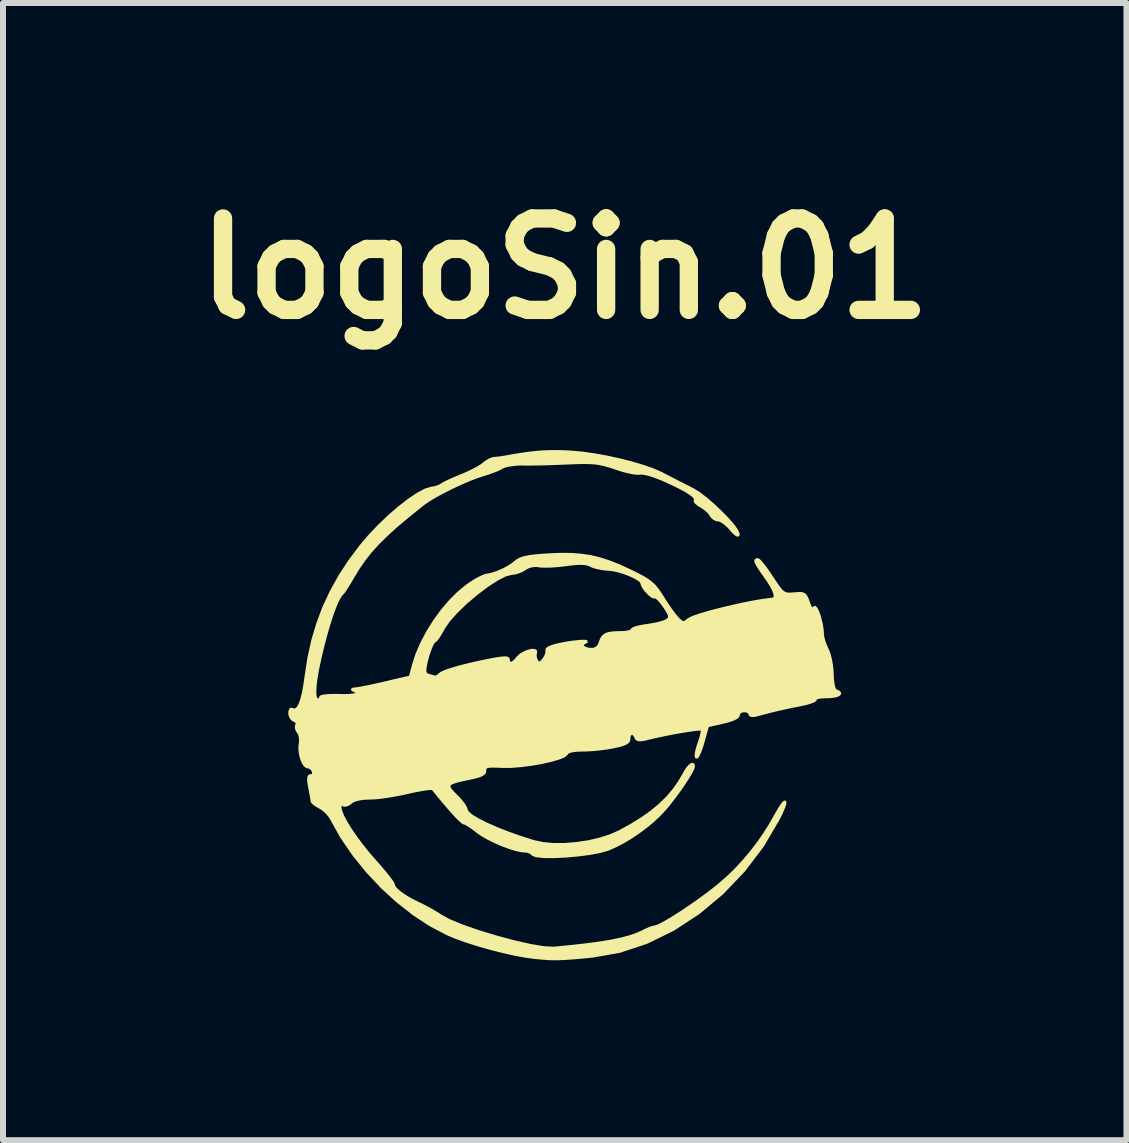
<source format=kicad_pcb>
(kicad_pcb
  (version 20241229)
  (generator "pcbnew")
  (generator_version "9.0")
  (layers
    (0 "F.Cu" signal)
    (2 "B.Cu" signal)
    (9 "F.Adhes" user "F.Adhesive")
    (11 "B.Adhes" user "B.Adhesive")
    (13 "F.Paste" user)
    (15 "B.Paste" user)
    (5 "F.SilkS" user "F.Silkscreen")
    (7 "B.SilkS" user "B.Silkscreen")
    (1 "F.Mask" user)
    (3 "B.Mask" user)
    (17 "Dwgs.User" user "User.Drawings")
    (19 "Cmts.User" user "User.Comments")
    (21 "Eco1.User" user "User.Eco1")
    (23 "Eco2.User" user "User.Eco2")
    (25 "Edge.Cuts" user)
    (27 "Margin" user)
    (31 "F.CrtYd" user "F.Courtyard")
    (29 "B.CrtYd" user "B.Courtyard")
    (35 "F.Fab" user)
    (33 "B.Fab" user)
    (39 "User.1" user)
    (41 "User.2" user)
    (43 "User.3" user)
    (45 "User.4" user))
  (footprint "logoSin.01"
    (layer "F.Cu")
    (at 6.365 8.706)
    (property "Reference" "logoSin.01" (at 0 -7.279 0) (layer "F.SilkS") (effects (font (size 1.524 1.524) (thickness 0.305))))
    (attr smd)
    (fp_poly (pts (xy -0.494 4.209) (xy -0.654 4.188) (xy -0.838 4.154) (xy -1.036 4.109) (xy -1.241 4.057) (xy -1.444 3.999) (xy -1.637 3.938) (xy -1.811 3.876) (xy -1.958 3.814) (xy -2.24 3.666) (xy -2.521 3.482) (xy -2.795 3.267) (xy -3.057 3.026) (xy -3.302 2.764) (xy -3.525 2.487) (xy -3.722 2.199) (xy -3.886 1.905) (xy -2.195 -1.037) (xy -2.217 -0.996) (xy -2.239 -0.943) (xy -2.261 -0.881) (xy -2.283 -0.813) (xy -2.302 -0.741) (xy -2.318 -0.668) (xy -2.325 -0.627) (xy -2.329 -0.594) (xy -2.329 -0.567) (xy -2.325 -0.545) (xy -2.316 -0.528) (xy -2.303 -0.515) (xy -2.285 -0.505) (xy -2.263 -0.498) (xy -2.245 -0.493) (xy -2.228 -0.489) (xy -2.212 -0.485) (xy -2.197 -0.481) (xy -2.184 -0.477) (xy -2.173 -0.474) (xy -2.164 -0.472) (xy -2.158 -0.471) (xy -2.153 -0.471) (xy -2.145 -0.474) (xy -2.135 -0.479) (xy -2.123 -0.486) (xy -2.109 -0.495) (xy -2.095 -0.506) (xy -2.08 -0.518) (xy -2.065 -0.531) (xy -2.065 -0.531) (xy -2.065 -0.531) (xy -2.065 -0.531) (xy -2.039 -0.546) (xy -1.995 -0.565) (xy -1.933 -0.587) (xy -1.858 -0.611) (xy -1.771 -0.636) (xy -1.675 -0.661) (xy -1.572 -0.686) (xy -1.465 -0.711) (xy -1.323 -0.741) (xy -1.207 -0.764) (xy -1.116 -0.78) (xy -1.046 -0.789) (xy -0.995 -0.792) (xy -0.962 -0.788) (xy -0.944 -0.778) (xy -0.938 -0.762) (xy -0.935 -0.733) (xy -0.926 -0.714) (xy -0.912 -0.703) (xy -0.893 -0.702) (xy -0.871 -0.71) (xy -0.847 -0.727) (xy -0.82 -0.753) (xy -0.792 -0.787) (xy -0.754 -0.827) (xy -0.705 -0.861) (xy -0.649 -0.889) (xy -0.594 -0.908) (xy -0.544 -0.918) (xy -0.505 -0.916) (xy -0.483 -0.902) (xy -0.484 -0.873) (xy -0.488 -0.858) (xy -0.49 -0.842) (xy -0.49 -0.825) (xy -0.489 -0.807) (xy -0.485 -0.789) (xy -0.48 -0.772) (xy -0.474 -0.756) (xy -0.466 -0.742) (xy -0.453 -0.724) (xy -0.441 -0.712) (xy -0.429 -0.706) (xy -0.417 -0.706) (xy -0.404 -0.712) (xy -0.389 -0.724) (xy -0.372 -0.743) (xy -0.352 -0.768) (xy -0.338 -0.787) (xy -0.326 -0.808) (xy -0.316 -0.829) (xy -0.308 -0.849) (xy -0.303 -0.868) (xy -0.3 -0.886) (xy -0.3 -0.901) (xy -0.302 -0.914) (xy -0.302 -0.927) (xy -0.293 -0.94) (xy -0.275 -0.954) (xy -0.248 -0.968) (xy -0.213 -0.981) (xy -0.17 -0.995) (xy -0.119 -1.008) (xy -0.062 -1.021) (xy 0.035 -1.039) (xy 0.126 -1.053) (xy 0.208 -1.062) (xy 0.277 -1.068) (xy 0.328 -1.069) (xy 0.357 -1.065) (xy 0.361 -1.056) (xy 0.336 -1.042) (xy 0.309 -1.027) (xy 0.297 -1.01) (xy 0.297 -0.992) (xy 0.308 -0.974) (xy 0.329 -0.958) (xy 0.359 -0.945) (xy 0.397 -0.936) (xy 0.441 -0.933) (xy 0.468 -0.934) (xy 0.492 -0.939) (xy 0.513 -0.948) (xy 0.532 -0.959) (xy 0.549 -0.974) (xy 0.563 -0.992) (xy 0.575 -1.013) (xy 0.585 -1.038) (xy 0.603 -1.087) (xy 0.623 -1.126) (xy 0.649 -1.156) (xy 0.682 -1.179) (xy 0.724 -1.195) (xy 0.776 -1.205) (xy 0.841 -1.211) (xy 0.921 -1.213) (xy 0.961 -1.214) (xy 0.998 -1.216) (xy 1.032 -1.221) (xy 1.061 -1.226) (xy 1.085 -1.233) (xy 1.104 -1.24) (xy 1.115 -1.248) (xy 1.12 -1.257) (xy 1.125 -1.266) (xy 1.14 -1.276) (xy 1.163 -1.287) (xy 1.195 -1.297) (xy 1.232 -1.307) (xy 1.276 -1.316) (xy 1.324 -1.325) (xy 1.375 -1.332) (xy 1.428 -1.34) (xy 1.48 -1.349) (xy 1.53 -1.359) (xy 1.577 -1.37) (xy 1.619 -1.382) (xy 1.655 -1.394) (xy 1.683 -1.406) (xy 1.703 -1.417) (xy 1.724 -1.434) (xy 1.738 -1.451) (xy 1.744 -1.47) (xy 1.743 -1.492) (xy 1.734 -1.518) (xy 1.717 -1.552) (xy 1.691 -1.595) (xy 1.656 -1.647) (xy 1.631 -1.682) (xy 1.606 -1.714) (xy 1.582 -1.742) (xy 1.56 -1.766) (xy 1.54 -1.784) (xy 1.523 -1.796) (xy 1.509 -1.803) (xy 1.5 -1.802) (xy 1.479 -1.801) (xy 1.449 -1.817) (xy 1.414 -1.845) (xy 1.377 -1.881) (xy 1.342 -1.921) (xy 1.312 -1.963) (xy 1.292 -2.001) (xy 1.284 -2.032) (xy 1.268 -2.063) (xy 1.224 -2.099) (xy 1.159 -2.136) (xy 1.078 -2.173) (xy 0.988 -2.207) (xy 0.895 -2.235) (xy 0.804 -2.255) (xy 0.722 -2.264) (xy 0.682 -2.267) (xy 0.641 -2.271) (xy 0.6 -2.278) (xy 0.56 -2.286) (xy 0.522 -2.295) (xy 0.487 -2.305) (xy 0.457 -2.316) (xy 0.432 -2.328) (xy 0.402 -2.341) (xy 0.368 -2.351) (xy 0.328 -2.358) (xy 0.282 -2.361) (xy 0.229 -2.36) (xy 0.167 -2.357) (xy 0.097 -2.349) (xy 0.016 -2.339) (xy -0.049 -2.331) (xy -0.116 -2.324) (xy -0.181 -2.319) (xy -0.243 -2.315) (xy -0.301 -2.314) (xy -0.352 -2.314) (xy -0.395 -2.316) (xy -0.427 -2.32) (xy -0.458 -2.325) (xy -0.489 -2.326) (xy -0.52 -2.324) (xy -0.551 -2.319) (xy -0.581 -2.311) (xy -0.611 -2.301) (xy -0.639 -2.287) (xy -0.665 -2.271) (xy -0.688 -2.256) (xy -0.715 -2.242) (xy -0.743 -2.229) (xy -0.772 -2.218) (xy -0.802 -2.208) (xy -0.83 -2.201) (xy -0.856 -2.197) (xy -0.88 -2.196) (xy -0.986 -2.169) (xy -1.129 -2.096) (xy -1.295 -1.988) (xy -1.472 -1.854) (xy -1.646 -1.707) (xy -1.804 -1.555) (xy -1.933 -1.41) (xy -2.02 -1.282) (xy -2.043 -1.24) (xy -2.066 -1.201) (xy -2.087 -1.165) (xy -2.107 -1.134) (xy -2.125 -1.109) (xy -2.14 -1.09) (xy -2.152 -1.077) (xy -2.16 -1.073) (xy -2.176 -1.064) (xy -2.195 -1.037) (xy -3.886 1.905) (xy -3.902 1.877) (xy -3.922 1.848) (xy -3.945 1.819) (xy -3.971 1.791) (xy -3.998 1.765) (xy -4.026 1.741) (xy -4.055 1.721) (xy -4.082 1.705) (xy -4.108 1.69) (xy -4.133 1.676) (xy -4.155 1.661) (xy -4.175 1.647) (xy -4.191 1.634) (xy -4.203 1.622) (xy -4.211 1.612) (xy -4.215 1.603) (xy -4.216 1.593) (xy -4.218 1.575) (xy -4.222 1.55) (xy -4.227 1.521) (xy -4.233 1.487) (xy -4.24 1.451) (xy -4.247 1.411) (xy -4.255 1.371) (xy -4.265 1.318) (xy -4.271 1.275) (xy -4.273 1.24) (xy -4.272 1.214) (xy -4.268 1.194) (xy -4.259 1.181) (xy -4.247 1.174) (xy -4.231 1.172) (xy -4.218 1.171) (xy -4.208 1.167) (xy -4.2 1.16) (xy -4.194 1.152) (xy -4.19 1.142) (xy -4.189 1.13) (xy -4.191 1.116) (xy -4.196 1.102) (xy -4.202 1.088) (xy -4.211 1.074) (xy -4.221 1.063) (xy -4.232 1.052) (xy -4.245 1.044) (xy -4.257 1.037) (xy -4.27 1.033) (xy -4.283 1.032) (xy -4.313 1.021) (xy -4.342 0.992) (xy -4.367 0.949) (xy -4.389 0.895) (xy -4.406 0.833) (xy -4.416 0.768) (xy -4.419 0.703) (xy -4.412 0.641) (xy -4.409 0.615) (xy -4.408 0.587) (xy -4.409 0.56) (xy -4.412 0.533) (xy -4.418 0.508) (xy -4.425 0.485) (xy -4.434 0.465) (xy -4.445 0.449) (xy -4.456 0.434) (xy -4.464 0.418) (xy -4.471 0.402) (xy -4.476 0.386) (xy -4.478 0.371) (xy -4.478 0.356) (xy -4.476 0.343) (xy -4.471 0.332) (xy -4.466 0.321) (xy -4.465 0.31) (xy -4.466 0.299) (xy -4.471 0.289) (xy -4.478 0.279) (xy -4.488 0.269) (xy -4.499 0.261) (xy -4.514 0.255) (xy -4.528 0.247) (xy -4.542 0.236) (xy -4.554 0.223) (xy -4.565 0.208) (xy -4.574 0.191) (xy -4.581 0.173) (xy -4.585 0.154) (xy -4.587 0.135) (xy -4.586 0.117) (xy -4.584 0.101) (xy -4.581 0.088) (xy -4.576 0.077) (xy -4.571 0.069) (xy -4.565 0.065) (xy -4.558 0.063) (xy -4.551 0.066) (xy -4.513 0.079) (xy -4.477 0.069) (xy -4.444 0.036) (xy -4.414 -0.021) (xy -4.386 -0.101) (xy -4.36 -0.205) (xy -4.337 -0.332) (xy -4.315 -0.484) (xy -4.268 -0.79) (xy -4.203 -1.083) (xy -4.119 -1.365) (xy -4.017 -1.636) (xy -3.894 -1.898) (xy -3.751 -2.155) (xy -3.587 -2.406) (xy -3.401 -2.654) (xy -3.255 -2.826) (xy -3.095 -2.994) (xy -2.927 -3.154) (xy -2.759 -3.299) (xy -2.598 -3.424) (xy -2.45 -3.523) (xy -2.323 -3.59) (xy -2.224 -3.62) (xy -2.2 -3.623) (xy -2.175 -3.628) (xy -2.15 -3.635) (xy -2.126 -3.642) (xy -2.103 -3.65) (xy -2.082 -3.659) (xy -2.065 -3.669) (xy -2.05 -3.678) (xy -2.033 -3.689) (xy -2.006 -3.704) (xy -1.971 -3.722) (xy -1.93 -3.741) (xy -1.883 -3.763) (xy -1.832 -3.785) (xy -1.778 -3.808) (xy -1.724 -3.83) (xy -1.668 -3.853) (xy -1.612 -3.878) (xy -1.557 -3.904) (xy -1.505 -3.931) (xy -1.457 -3.957) (xy -1.415 -3.982) (xy -1.38 -4.004) (xy -1.354 -4.024) (xy -1.332 -4.042) (xy -1.308 -4.059) (xy -1.284 -4.075) (xy -1.26 -4.088) (xy -1.236 -4.1) (xy -1.214 -4.108) (xy -1.194 -4.114) (xy -1.177 -4.117) (xy -1.159 -4.118) (xy -1.139 -4.12) (xy -1.115 -4.122) (xy -1.09 -4.125) (xy -1.063 -4.129) (xy -1.037 -4.133) (xy -1.01 -4.137) (xy -0.985 -4.141) (xy -0.817 -4.171) (xy -0.667 -4.194) (xy -0.532 -4.211) (xy -0.405 -4.223) (xy -0.284 -4.229) (xy -0.162 -4.231) (xy -0.036 -4.229) (xy 0.1 -4.223) (xy 0.287 -4.206) (xy 0.492 -4.177) (xy 0.705 -4.139) (xy 0.918 -4.092) (xy 1.124 -4.04) (xy 1.313 -3.983) (xy 1.478 -3.925) (xy 1.611 -3.866) (xy 1.65 -3.846) (xy 1.689 -3.826) (xy 1.727 -3.806) (xy 1.763 -3.787) (xy 1.797 -3.77) (xy 1.826 -3.755) (xy 1.85 -3.743) (xy 1.868 -3.734) (xy 1.886 -3.724) (xy 1.911 -3.711) (xy 1.942 -3.696) (xy 1.977 -3.678) (xy 2.015 -3.658) (xy 2.056 -3.638) (xy 2.098 -3.617) (xy 2.14 -3.595) (xy 2.238 -3.535) (xy 2.354 -3.446) (xy 2.479 -3.338) (xy 2.603 -3.221) (xy 2.717 -3.104) (xy 2.81 -2.997) (xy 2.872 -2.909) (xy 2.895 -2.851) (xy 2.893 -2.838) (xy 2.886 -2.832) (xy 2.875 -2.833) (xy 2.86 -2.841) (xy 2.842 -2.855) (xy 2.82 -2.875) (xy 2.795 -2.901) (xy 2.767 -2.933) (xy 2.74 -2.964) (xy 2.711 -2.992) (xy 2.682 -3.018) (xy 2.653 -3.04) (xy 2.626 -3.059) (xy 2.601 -3.073) (xy 2.578 -3.082) (xy 2.559 -3.085) (xy 2.542 -3.087) (xy 2.525 -3.091) (xy 2.507 -3.099) (xy 2.49 -3.109) (xy 2.473 -3.122) (xy 2.458 -3.136) (xy 2.445 -3.151) (xy 2.434 -3.168) (xy 2.423 -3.186) (xy 2.408 -3.206) (xy 2.389 -3.226) (xy 2.368 -3.246) (xy 2.345 -3.266) (xy 2.32 -3.284) (xy 2.295 -3.301) (xy 2.271 -3.316) (xy 2.247 -3.329) (xy 2.226 -3.343) (xy 2.208 -3.357) (xy 2.193 -3.37) (xy 2.181 -3.383) (xy 2.174 -3.395) (xy 2.171 -3.405) (xy 2.172 -3.413) (xy 2.176 -3.436) (xy 2.162 -3.464) (xy 2.13 -3.497) (xy 2.079 -3.534) (xy 2.01 -3.577) (xy 1.922 -3.624) (xy 1.815 -3.677) (xy 1.69 -3.735) (xy 1.619 -3.766) (xy 1.549 -3.794) (xy 1.482 -3.818) (xy 1.42 -3.838) (xy 1.365 -3.853) (xy 1.318 -3.862) (xy 1.281 -3.867) (xy 1.255 -3.865) (xy 1.23 -3.862) (xy 1.194 -3.864) (xy 1.149 -3.869) (xy 1.097 -3.879) (xy 1.039 -3.892) (xy 0.977 -3.908) (xy 0.913 -3.927) (xy 0.848 -3.949) (xy 0.752 -3.981) (xy 0.667 -4.005) (xy 0.586 -4.023) (xy 0.504 -4.035) (xy 0.415 -4.041) (xy 0.312 -4.043) (xy 0.191 -4.04) (xy 0.044 -4.034) (xy -0.06 -4.03) (xy -0.167 -4.026) (xy -0.273 -4.022) (xy -0.377 -4.019) (xy -0.474 -4.018) (xy -0.563 -4.016) (xy -0.639 -4.016) (xy -0.699 -4.017) (xy -0.752 -4.017) (xy -0.805 -4.014) (xy -0.857 -4.009) (xy -0.906 -4.002) (xy -0.952 -3.994) (xy -0.992 -3.984) (xy -1.025 -3.973) (xy -1.05 -3.96) (xy -1.074 -3.946) (xy -1.105 -3.931) (xy -1.141 -3.915) (xy -1.182 -3.899) (xy -1.225 -3.883) (xy -1.27 -3.867) (xy -1.315 -3.852) (xy -1.359 -3.839) (xy -1.47 -3.803) (xy -1.601 -3.752) (xy -1.744 -3.69) (xy -1.891 -3.621) (xy -2.033 -3.549) (xy -2.164 -3.478) (xy -2.275 -3.411) (xy -2.358 -3.353) (xy -2.596 -3.162) (xy -2.798 -2.993) (xy -2.968 -2.839) (xy -3.112 -2.697) (xy -3.236 -2.56) (xy -3.344 -2.423) (xy -3.443 -2.28) (xy -3.536 -2.125) (xy -3.564 -2.078) (xy -3.591 -2.033) (xy -3.616 -1.991) (xy -3.64 -1.953) (xy -3.661 -1.921) (xy -3.678 -1.896) (xy -3.692 -1.878) (xy -3.701 -1.868) (xy -3.733 -1.833) (xy -3.769 -1.775) (xy -3.807 -1.694) (xy -3.848 -1.592) (xy -3.891 -1.47) (xy -3.935 -1.329) (xy -3.981 -1.17) (xy -4.028 -0.994) (xy -4.075 -0.797) (xy -4.113 -0.62) (xy -4.141 -0.466) (xy -4.158 -0.336) (xy -4.164 -0.231) (xy -4.16 -0.154) (xy -4.145 -0.107) (xy -4.119 -0.091) (xy -4.11 -0.092) (xy -4.101 -0.094) (xy -4.093 -0.098) (xy -4.086 -0.103) (xy -4.08 -0.109) (xy -4.076 -0.117) (xy -4.073 -0.124) (xy -4.072 -0.133) (xy -4.066 -0.141) (xy -4.048 -0.148) (xy -4.02 -0.154) (xy -3.983 -0.159) (xy -3.938 -0.163) (xy -3.886 -0.165) (xy -3.829 -0.166) (xy -3.768 -0.165) (xy -3.671 -0.163) (xy -3.591 -0.166) (xy -3.53 -0.172) (xy -3.487 -0.181) (xy -3.465 -0.194) (xy -3.462 -0.209) (xy -3.481 -0.227) (xy -3.523 -0.247) (xy -3.533 -0.252) (xy -3.539 -0.257) (xy -3.541 -0.261) (xy -3.539 -0.265) (xy -3.533 -0.268) (xy -3.523 -0.271) (xy -3.51 -0.273) (xy -3.493 -0.274) (xy -3.467 -0.277) (xy -3.427 -0.283) (xy -3.373 -0.293) (xy -3.31 -0.305) (xy -3.238 -0.32) (xy -3.159 -0.337) (xy -3.076 -0.356) (xy -2.991 -0.375) (xy -2.94 -0.387) (xy -2.888 -0.4) (xy -2.836 -0.412) (xy -2.784 -0.424) (xy -2.732 -0.436) (xy -2.681 -0.448) (xy -2.629 -0.46) (xy -2.577 -0.473) (xy -2.571 -0.497) (xy -2.564 -0.521) (xy -2.558 -0.546) (xy -2.551 -0.57) (xy -2.545 -0.594) (xy -2.538 -0.619) (xy -2.532 -0.643) (xy -2.525 -0.668) (xy -2.467 -0.849) (xy -2.387 -1.034) (xy -2.289 -1.22) (xy -2.176 -1.401) (xy -2.051 -1.573) (xy -1.917 -1.731) (xy -1.777 -1.872) (xy -1.634 -1.99) (xy -1.586 -2.024) (xy -1.537 -2.056) (xy -1.489 -2.085) (xy -1.442 -2.112) (xy -1.398 -2.134) (xy -1.359 -2.152) (xy -1.326 -2.164) (xy -1.301 -2.17) (xy -1.243 -2.181) (xy -1.18 -2.198) (xy -1.114 -2.222) (xy -1.048 -2.25) (xy -0.982 -2.283) (xy -0.92 -2.318) (xy -0.864 -2.356) (xy -0.815 -2.395) (xy -0.783 -2.419) (xy -0.745 -2.439) (xy -0.698 -2.456) (xy -0.641 -2.47) (xy -0.571 -2.483) (xy -0.486 -2.493) (xy -0.384 -2.502) (xy -0.263 -2.51) (xy -0.066 -2.518) (xy 0.113 -2.516) (xy 0.279 -2.503) (xy 0.437 -2.479) (xy 0.593 -2.441) (xy 0.751 -2.389) (xy 0.918 -2.322) (xy 1.098 -2.239) (xy 1.212 -2.183) (xy 1.304 -2.134) (xy 1.378 -2.089) (xy 1.439 -2.043) (xy 1.491 -1.995) (xy 1.538 -1.94) (xy 1.585 -1.874) (xy 1.636 -1.794) (xy 1.67 -1.739) (xy 1.706 -1.685) (xy 1.742 -1.632) (xy 1.777 -1.582) (xy 1.81 -1.537) (xy 1.84 -1.498) (xy 1.867 -1.466) (xy 1.888 -1.443) (xy 1.916 -1.416) (xy 1.939 -1.397) (xy 1.959 -1.385) (xy 1.977 -1.38) (xy 1.994 -1.382) (xy 2.013 -1.391) (xy 2.034 -1.406) (xy 2.059 -1.428) (xy 2.13 -1.465) (xy 2.263 -1.511) (xy 2.443 -1.563) (xy 2.653 -1.617) (xy 2.877 -1.669) (xy 3.098 -1.715) (xy 3.301 -1.75) (xy 3.47 -1.772) (xy 3.493 -1.781) (xy 3.504 -1.802) (xy 3.504 -1.835) (xy 3.493 -1.879) (xy 3.471 -1.932) (xy 3.438 -1.995) (xy 3.394 -2.065) (xy 3.341 -2.143) (xy 3.284 -2.223) (xy 3.24 -2.288) (xy 3.209 -2.338) (xy 3.19 -2.375) (xy 3.182 -2.401) (xy 3.185 -2.418) (xy 3.197 -2.427) (xy 3.219 -2.429) (xy 3.231 -2.423) (xy 3.25 -2.406) (xy 3.275 -2.379) (xy 3.304 -2.343) (xy 3.338 -2.3) (xy 3.374 -2.25) (xy 3.412 -2.195) (xy 3.451 -2.136) (xy 3.514 -2.041) (xy 3.564 -1.969) (xy 3.605 -1.918) (xy 3.642 -1.884) (xy 3.678 -1.864) (xy 3.718 -1.855) (xy 3.766 -1.855) (xy 3.825 -1.859) (xy 3.882 -1.864) (xy 3.927 -1.865) (xy 3.961 -1.861) (xy 3.988 -1.851) (xy 4.009 -1.833) (xy 4.027 -1.806) (xy 4.044 -1.769) (xy 4.062 -1.72) (xy 4.076 -1.683) (xy 4.089 -1.652) (xy 4.101 -1.63) (xy 4.113 -1.615) (xy 4.124 -1.607) (xy 4.134 -1.607) (xy 4.145 -1.613) (xy 4.155 -1.626) (xy 4.172 -1.633) (xy 4.194 -1.609) (xy 4.218 -1.561) (xy 4.242 -1.495) (xy 4.264 -1.417) (xy 4.283 -1.334) (xy 4.295 -1.252) (xy 4.3 -1.176) (xy 4.302 -1.155) (xy 4.306 -1.129) (xy 4.314 -1.1) (xy 4.323 -1.067) (xy 4.335 -1.033) (xy 4.348 -0.998) (xy 4.363 -0.963) (xy 4.379 -0.929) (xy 4.395 -0.892) (xy 4.41 -0.847) (xy 4.424 -0.797) (xy 4.436 -0.742) (xy 4.446 -0.685) (xy 4.454 -0.627) (xy 4.46 -0.57) (xy 4.462 -0.516) (xy 4.464 -0.46) (xy 4.468 -0.409) (xy 4.474 -0.364) (xy 4.481 -0.325) (xy 4.489 -0.293) (xy 4.5 -0.268) (xy 4.511 -0.251) (xy 4.524 -0.242) (xy 4.563 -0.225) (xy 4.583 -0.207) (xy 4.584 -0.19) (xy 4.569 -0.173) (xy 4.539 -0.159) (xy 4.494 -0.148) (xy 4.436 -0.14) (xy 4.367 -0.137) (xy 4.325 -0.137) (xy 4.287 -0.134) (xy 4.253 -0.131) (xy 4.224 -0.126) (xy 4.202 -0.12) (xy 4.186 -0.113) (xy 4.179 -0.105) (xy 4.179 -0.097) (xy 4.178 -0.088) (xy 4.166 -0.077) (xy 4.143 -0.065) (xy 4.111 -0.052) (xy 4.071 -0.039) (xy 4.024 -0.025) (xy 3.971 -0.013) (xy 3.913 -0.001) (xy 3.819 0.018) (xy 3.733 0.035) (xy 3.651 0.053) (xy 3.57 0.071) (xy 3.487 0.091) (xy 3.398 0.113) (xy 3.3 0.139) (xy 3.189 0.168) (xy 3.167 0.173) (xy 3.147 0.175) (xy 3.129 0.176) (xy 3.114 0.174) (xy 3.101 0.17) (xy 3.092 0.164) (xy 3.086 0.156) (xy 3.084 0.146) (xy 3.082 0.136) (xy 3.077 0.127) (xy 3.068 0.118) (xy 3.056 0.111) (xy 3.043 0.105) (xy 3.027 0.1) (xy 3.009 0.097) (xy 2.99 0.096) (xy 2.972 0.098) (xy 2.954 0.102) (xy 2.938 0.108) (xy 2.924 0.116) (xy 2.913 0.126) (xy 2.904 0.137) (xy 2.899 0.15) (xy 2.897 0.163) (xy 2.893 0.179) (xy 2.88 0.195) (xy 2.859 0.211) (xy 2.83 0.227) (xy 2.794 0.243) (xy 2.75 0.258) (xy 2.698 0.273) (xy 2.64 0.287) (xy 2.608 0.295) (xy 2.576 0.302) (xy 2.544 0.309) (xy 2.512 0.316) (xy 2.479 0.323) (xy 2.447 0.331) (xy 2.415 0.338) (xy 2.383 0.345) (xy 2.374 0.379) (xy 2.364 0.413) (xy 2.354 0.447) (xy 2.345 0.481) (xy 2.335 0.515) (xy 2.326 0.549) (xy 2.316 0.583) (xy 2.307 0.617) (xy 2.291 0.672) (xy 2.274 0.721) (xy 2.258 0.766) (xy 2.242 0.803) (xy 2.228 0.833) (xy 2.215 0.855) (xy 2.204 0.867) (xy 2.195 0.868) (xy 2.189 0.859) (xy 2.187 0.843) (xy 2.188 0.82) (xy 2.192 0.791) (xy 2.199 0.758) (xy 2.208 0.72) (xy 2.22 0.68) (xy 2.235 0.637) (xy 2.249 0.595) (xy 2.262 0.555) (xy 2.272 0.517) (xy 2.281 0.483) (xy 2.286 0.454) (xy 2.289 0.431) (xy 2.289 0.414) (xy 2.286 0.405) (xy 2.254 0.401) (xy 2.182 0.407) (xy 2.078 0.421) (xy 1.952 0.441) (xy 1.81 0.466) (xy 1.663 0.495) (xy 1.519 0.526) (xy 1.385 0.557) (xy 1.337 0.569) (xy 1.297 0.576) (xy 1.264 0.58) (xy 1.238 0.58) (xy 1.218 0.575) (xy 1.202 0.567) (xy 1.19 0.554) (xy 1.182 0.537) (xy 1.166 0.506) (xy 1.149 0.485) (xy 1.131 0.474) (xy 1.113 0.473) (xy 1.098 0.481) (xy 1.085 0.498) (xy 1.076 0.523) (xy 1.073 0.558) (xy 1.07 0.582) (xy 1.061 0.603) (xy 1.044 0.621) (xy 1.018 0.638) (xy 0.983 0.653) (xy 0.937 0.668) (xy 0.879 0.683) (xy 0.808 0.698) (xy 0.749 0.709) (xy 0.685 0.719) (xy 0.618 0.728) (xy 0.549 0.736) (xy 0.48 0.742) (xy 0.414 0.747) (xy 0.353 0.75) (xy 0.298 0.751) (xy 0.241 0.752) (xy 0.191 0.755) (xy 0.147 0.76) (xy 0.11 0.767) (xy 0.079 0.776) (xy 0.056 0.787) (xy 0.039 0.799) (xy 0.03 0.814) (xy -0.012 0.85) (xy -0.105 0.888) (xy -0.235 0.925) (xy -0.391 0.96) (xy -0.562 0.989) (xy -0.736 1.011) (xy -0.9 1.024) (xy -1.042 1.024) (xy -1.128 1.02) (xy -1.195 1.019) (xy -1.246 1.02) (xy -1.283 1.025) (xy -1.308 1.034) (xy -1.323 1.047) (xy -1.329 1.065) (xy -1.33 1.088) (xy -1.331 1.11) (xy -1.34 1.129) (xy -1.356 1.146) (xy -1.382 1.162) (xy -1.416 1.178) (xy -1.462 1.192) (xy -1.518 1.207) (xy -1.587 1.222) (xy -1.72 1.25) (xy -1.819 1.275) (xy -1.885 1.299) (xy -1.922 1.326) (xy -1.93 1.357) (xy -1.913 1.396) (xy -1.871 1.446) (xy -1.809 1.509) (xy -1.775 1.543) (xy -1.743 1.578) (xy -1.715 1.613) (xy -1.69 1.646) (xy -1.669 1.677) (xy -1.653 1.704) (xy -1.644 1.727) (xy -1.64 1.745) (xy -1.616 1.79) (xy -1.549 1.845) (xy -1.442 1.909) (xy -1.302 1.979) (xy -1.134 2.053) (xy -0.943 2.128) (xy -0.735 2.202) (xy -0.513 2.272) (xy -0.362 2.304) (xy -0.188 2.32) (xy 0.001 2.319) (xy 0.198 2.303) (xy 0.394 2.274) (xy 0.584 2.23) (xy 0.758 2.174) (xy 0.911 2.107) (xy 1.111 1.996) (xy 1.289 1.886) (xy 1.446 1.774) (xy 1.585 1.659) (xy 1.708 1.539) (xy 1.815 1.413) (xy 1.909 1.28) (xy 1.992 1.137) (xy 2.02 1.088) (xy 2.048 1.047) (xy 2.074 1.016) (xy 2.098 0.994) (xy 2.119 0.983) (xy 2.135 0.984) (xy 2.145 0.997) (xy 2.148 1.023) (xy 2.136 1.064) (xy 2.1 1.132) (xy 2.047 1.22) (xy 1.98 1.323) (xy 1.904 1.433) (xy 1.822 1.543) (xy 1.741 1.648) (xy 1.663 1.741) (xy 1.569 1.84) (xy 1.463 1.938) (xy 1.348 2.033) (xy 1.225 2.124) (xy 1.099 2.209) (xy 0.971 2.285) (xy 0.845 2.35) (xy 0.722 2.404) (xy 0.59 2.442) (xy 0.415 2.475) (xy 0.215 2.501) (xy 0.008 2.519) (xy -0.189 2.528) (xy -0.357 2.526) (xy -0.479 2.513) (xy -0.537 2.488) (xy -0.546 2.477) (xy -0.557 2.467) (xy -0.571 2.458) (xy -0.587 2.451) (xy -0.605 2.444) (xy -0.624 2.439) (xy -0.643 2.436) (xy -0.662 2.435) (xy -0.737 2.427) (xy -0.833 2.404) (xy -0.942 2.369) (xy -1.058 2.325) (xy -1.174 2.274) (xy -1.284 2.219) (xy -1.382 2.163) (xy -1.46 2.108) (xy -1.496 2.08) (xy -1.531 2.053) (xy -1.565 2.029) (xy -1.597 2.009) (xy -1.625 1.991) (xy -1.649 1.978) (xy -1.668 1.97) (xy -1.68 1.967) (xy -1.703 1.956) (xy -1.741 1.923) (xy -1.794 1.871) (xy -1.859 1.801) (xy -1.933 1.717) (xy -2.016 1.62) (xy -2.106 1.513) (xy -2.199 1.397) (xy -2.212 1.393) (xy -2.24 1.392) (xy -2.282 1.395) (xy -2.334 1.402) (xy -2.396 1.412) (xy -2.466 1.425) (xy -2.542 1.441) (xy -2.622 1.459) (xy -2.707 1.478) (xy -2.795 1.495) (xy -2.884 1.511) (xy -2.972 1.525) (xy -3.055 1.537) (xy -3.131 1.545) (xy -3.198 1.55) (xy -3.253 1.552) (xy -3.306 1.553) (xy -3.356 1.557) (xy -3.403 1.563) (xy -3.445 1.571) (xy -3.483 1.581) (xy -3.516 1.593) (xy -3.544 1.608) (xy -3.566 1.624) (xy -3.583 1.637) (xy -3.601 1.649) (xy -3.619 1.659) (xy -3.637 1.665) (xy -3.654 1.67) (xy -3.669 1.671) (xy -3.683 1.67) (xy -3.695 1.665) (xy -3.705 1.66) (xy -3.714 1.658) (xy -3.723 1.659) (xy -3.73 1.663) (xy -3.736 1.669) (xy -3.741 1.677) (xy -3.744 1.688) (xy -3.745 1.701) (xy -3.733 1.763) (xy -3.7 1.846) (xy -3.647 1.946) (xy -3.578 2.061) (xy -3.493 2.185) (xy -3.397 2.316) (xy -3.29 2.45) (xy -3.176 2.583) (xy -3.112 2.655) (xy -3.052 2.725) (xy -2.997 2.79) (xy -2.95 2.848) (xy -2.911 2.899) (xy -2.881 2.939) (xy -2.863 2.968) (xy -2.856 2.985) (xy -2.848 3.015) (xy -2.826 3.049) (xy -2.789 3.087) (xy -2.74 3.128) (xy -2.679 3.171) (xy -2.608 3.215) (xy -2.528 3.259) (xy -2.44 3.302) (xy -2.39 3.326) (xy -2.339 3.352) (xy -2.287 3.379) (xy -2.237 3.406) (xy -2.189 3.434) (xy -2.145 3.46) (xy -2.107 3.484) (xy -2.075 3.505) (xy -1.929 3.586) (xy -1.709 3.677) (xy -1.439 3.771) (xy -1.144 3.861) (xy -0.846 3.941) (xy -0.571 4.003) (xy -0.341 4.041) (xy -0.18 4.048) (xy 0.114 4.019) (xy 0.371 3.99) (xy 0.593 3.96) (xy 0.783 3.928) (xy 0.945 3.894) (xy 1.081 3.858) (xy 1.196 3.819) (xy 1.293 3.775) (xy 1.324 3.759) (xy 1.355 3.745) (xy 1.384 3.732) (xy 1.413 3.72) (xy 1.438 3.711) (xy 1.46 3.704) (xy 1.478 3.699) (xy 1.491 3.697) (xy 1.55 3.68) (xy 1.648 3.631) (xy 1.777 3.556) (xy 1.927 3.461) (xy 2.09 3.352) (xy 2.257 3.235) (xy 2.418 3.116) (xy 2.565 3) (xy 2.704 2.879) (xy 2.838 2.75) (xy 2.967 2.613) (xy 3.09 2.468) (xy 3.208 2.317) (xy 3.319 2.159) (xy 3.423 1.995) (xy 3.519 1.826) (xy 3.578 1.724) (xy 3.623 1.655) (xy 3.655 1.618) (xy 3.672 1.612) (xy 3.673 1.637) (xy 3.657 1.69) (xy 3.624 1.772) (xy 3.572 1.88) (xy 3.305 2.337) (xy 2.987 2.757) (xy 2.627 3.134) (xy 2.232 3.464) (xy 1.81 3.74) (xy 1.368 3.956) (xy 0.915 4.107) (xy 0.457 4.187) (xy 0.267 4.205) (xy 0.116 4.218) (xy -0.007 4.226) (xy -0.109 4.23) (xy -0.199 4.231) (xy -0.288 4.227) (xy -0.383 4.22) (xy -0.494 4.209) (xy -0.494 4.209) (xy -0.494 4.209) (xy -0.494 4.209)) (stroke (width 0.044) (type solid)) (fill yes) (layer "F.SilkS")))
  (gr_rect
    (start -3 -3)
    (end 15.729 15.958)
    (stroke (width 0.1) (type default))
    (fill no)
    (layer "Edge.Cuts")))
</source>
